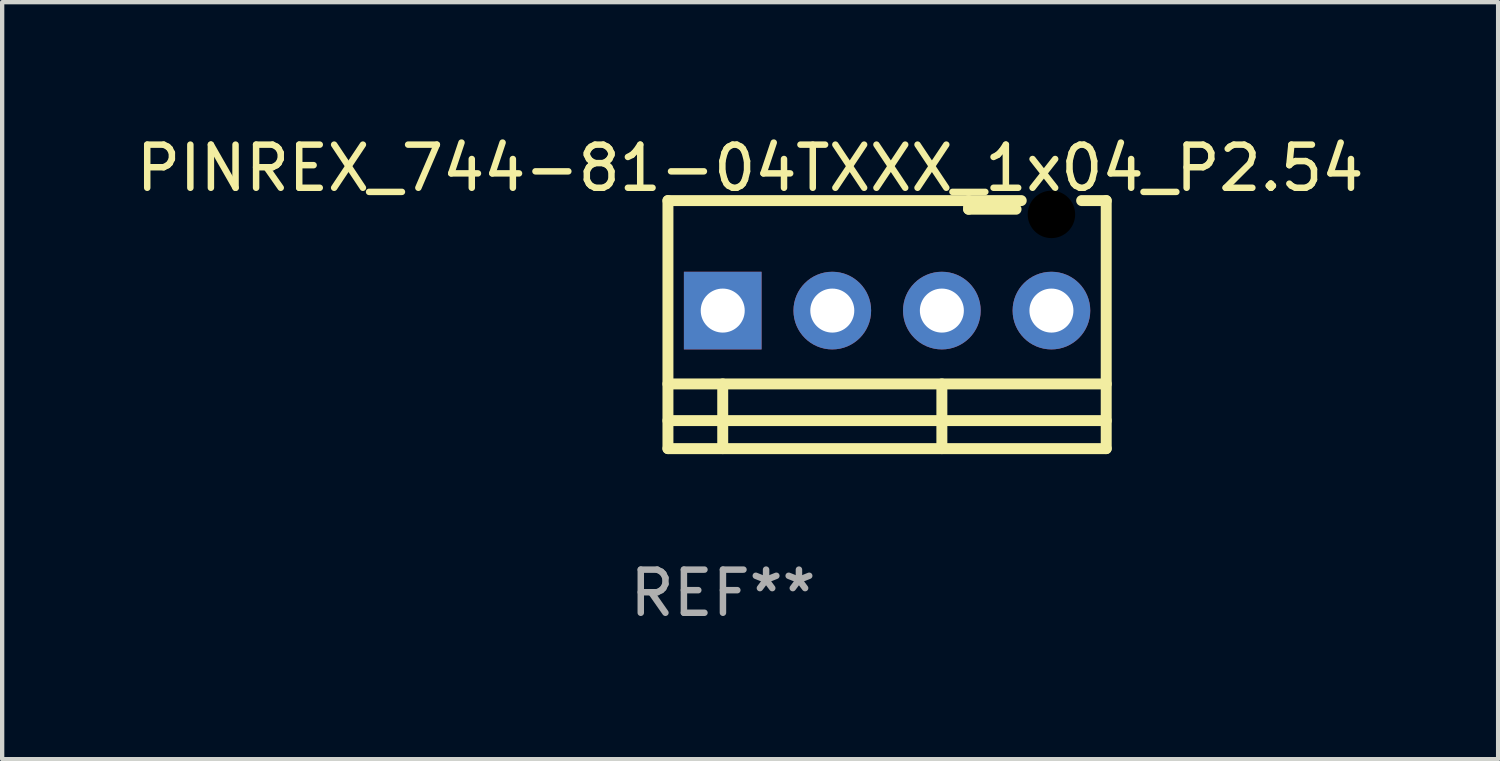
<source format=kicad_pcb>
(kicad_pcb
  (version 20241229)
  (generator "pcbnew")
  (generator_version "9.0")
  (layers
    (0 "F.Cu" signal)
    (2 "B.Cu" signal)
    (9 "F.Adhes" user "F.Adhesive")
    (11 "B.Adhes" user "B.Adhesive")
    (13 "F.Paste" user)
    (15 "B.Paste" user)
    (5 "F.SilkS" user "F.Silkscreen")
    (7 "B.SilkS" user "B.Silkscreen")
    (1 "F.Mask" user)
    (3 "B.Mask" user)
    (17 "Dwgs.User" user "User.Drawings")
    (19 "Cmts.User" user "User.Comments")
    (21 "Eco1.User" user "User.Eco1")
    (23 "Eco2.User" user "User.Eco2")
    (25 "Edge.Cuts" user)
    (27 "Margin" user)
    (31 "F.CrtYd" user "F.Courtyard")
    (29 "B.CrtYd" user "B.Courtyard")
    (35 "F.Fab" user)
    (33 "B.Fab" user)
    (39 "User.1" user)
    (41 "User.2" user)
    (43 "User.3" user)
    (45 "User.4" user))
  (footprint "PINREX_744-81-04TXXX_1x04_P2.54"
    (layer "F.Cu")
    (at 13.704 4.15)
    (property "Reference" "PINREX_744-81-04TXXX_1x04_P2.54" (at 0.635 -3.302 0) (layer "F.SilkS") (effects (font (size 1 1) (thickness 0.15))))
    (attr through_hole)
    (fp_line (start -1.27 3.2) (end -1.27 -2.55) (stroke (width 0.254) (type solid)) (layer "F.SilkS"))
    (fp_line (start 0 3.2) (end 0 1.7) (stroke (width 0.254) (type solid)) (layer "F.SilkS"))
    (fp_line (start 5.08 3.2) (end 5.08 1.7) (stroke (width 0.254) (type solid)) (layer "F.SilkS"))
    (fp_line (start 5.7 -2.35) (end 5.7 -2.55) (stroke (width 0.254) (type solid)) (layer "F.SilkS"))
    (fp_line (start 6.8 -2.35) (end 5.7 -2.35) (stroke (width 0.254) (type solid)) (layer "F.SilkS"))
    (fp_line (start 6.92 -2.55) (end -1.27 -2.55) (stroke (width 0.254) (type solid)) (layer "F.SilkS"))
    (fp_line (start 8.89 -2.55) (end 8.32 -2.55) (stroke (width 0.254) (type solid)) (layer "F.SilkS"))
    (fp_line (start 8.89 1.7) (end -1.27 1.7) (stroke (width 0.254) (type solid)) (layer "F.SilkS"))
    (fp_line (start 8.89 2.55) (end -1.27 2.55) (stroke (width 0.254) (type solid)) (layer "F.SilkS"))
    (fp_line (start 8.89 3.2) (end -1.27 3.2) (stroke (width 0.254) (type solid)) (layer "F.SilkS"))
    (fp_line (start 8.89 3.2) (end 8.89 -2.55) (stroke (width 0.254) (type solid)) (layer "F.SilkS"))
    (fp_text user "REF**" (at 0.005 6.55 0) (layer "F.Fab") (effects (font (size 1 1) (thickness 0.15))))
    (pad "" np_thru_hole circle (at 7.62 -2.23 180) (size 1.1 1.1) (drill 1.1) (layers "*.Mask"))
    (pad "1" thru_hole rect (at 0 0 180) (size 1.8 1.8) (drill 1.02) (layers "*.Cu" "*.Mask"))
    (pad "2" thru_hole circle (at 2.54 0 180) (size 1.8 1.8) (drill 1.02) (layers "*.Cu" "*.Mask"))
    (pad "3" thru_hole circle (at 5.08 0 180) (size 1.8 1.8) (drill 1.02) (layers "*.Cu" "*.Mask"))
    (pad "4" thru_hole circle (at 7.62 0 180) (size 1.8 1.8) (drill 1.02) (layers "*.Cu" "*.Mask")))
  (gr_rect
    (start -3 -3)
    (end 31.679 14.548)
    (stroke (width 0.1) (type default))
    (fill no)
    (layer "Edge.Cuts")))
</source>
